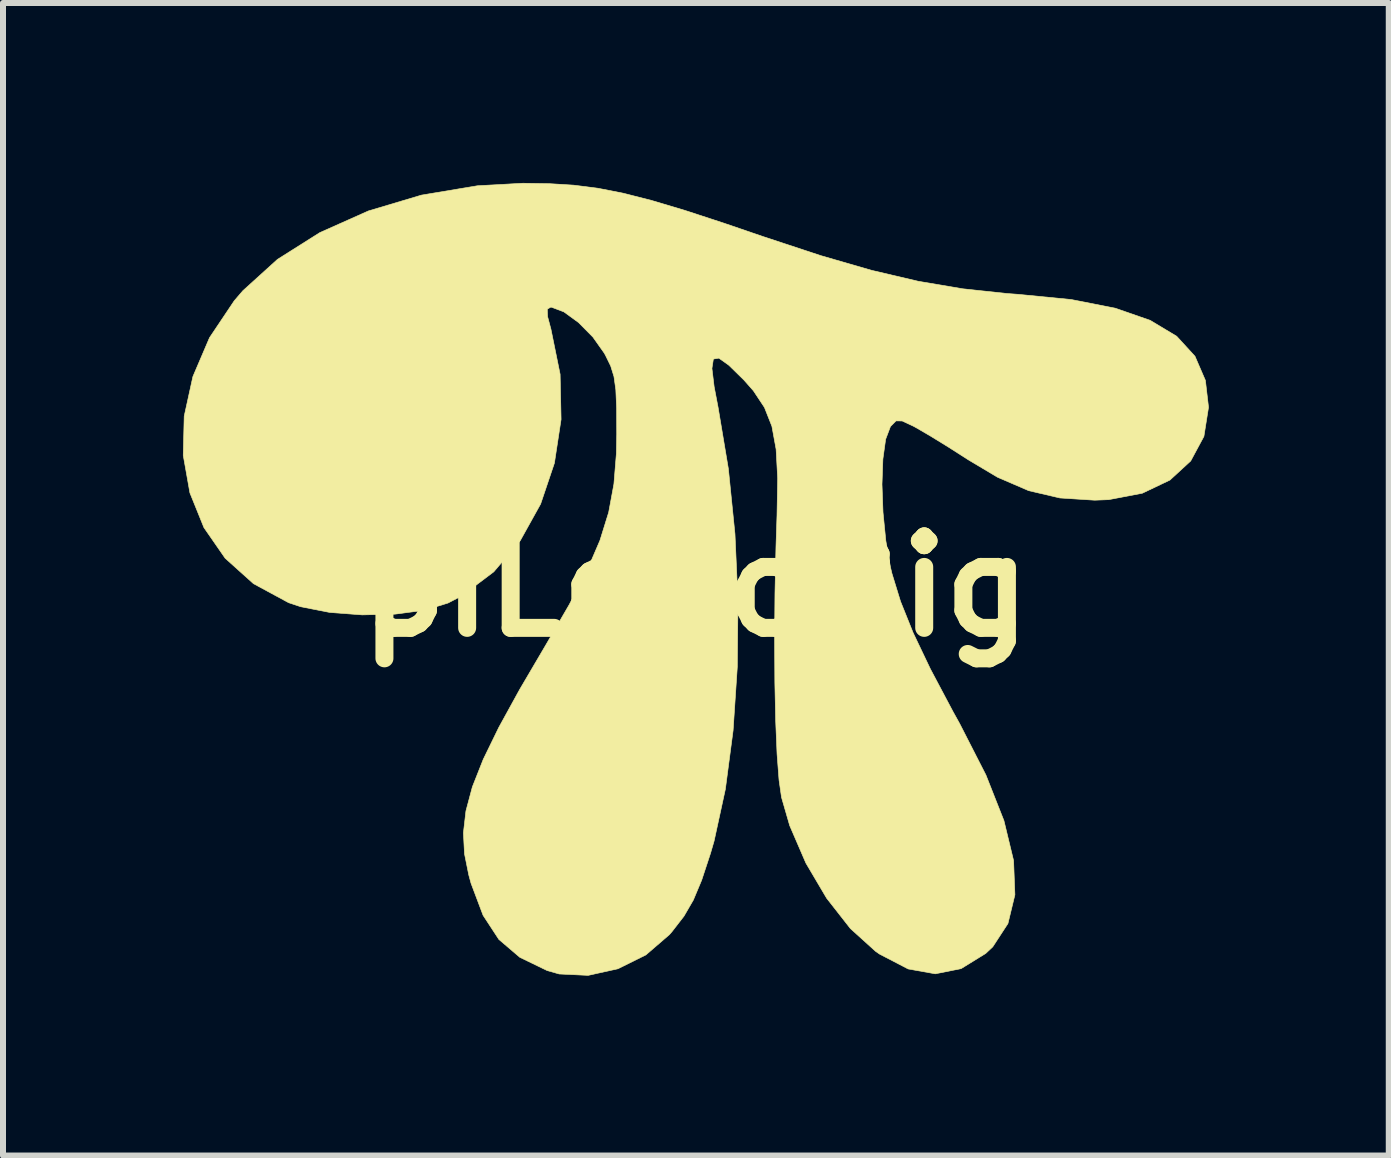
<source format=kicad_pcb>
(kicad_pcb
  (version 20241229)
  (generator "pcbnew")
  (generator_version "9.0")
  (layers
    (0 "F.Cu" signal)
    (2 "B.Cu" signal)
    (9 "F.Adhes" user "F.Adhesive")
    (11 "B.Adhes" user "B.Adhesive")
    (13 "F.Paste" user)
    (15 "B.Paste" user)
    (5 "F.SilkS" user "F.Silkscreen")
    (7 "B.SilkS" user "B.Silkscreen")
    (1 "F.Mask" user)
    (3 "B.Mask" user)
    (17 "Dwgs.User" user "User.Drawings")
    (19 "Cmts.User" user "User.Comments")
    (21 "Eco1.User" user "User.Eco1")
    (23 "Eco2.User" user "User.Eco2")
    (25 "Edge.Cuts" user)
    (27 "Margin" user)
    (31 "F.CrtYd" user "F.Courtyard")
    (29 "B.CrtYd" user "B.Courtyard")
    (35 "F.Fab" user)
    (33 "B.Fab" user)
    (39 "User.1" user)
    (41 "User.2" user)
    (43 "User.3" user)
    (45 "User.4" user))
  (footprint "piLogoBig"
    (layer "F.Cu")
    (at 8.548 6.728)
    (property "Reference" "piLogoBig" (at 0 0 0) (layer "F.SilkS") (effects (font (size 1.524 1.524) (thickness 0.3))))
    (attr through_hole)
    (fp_poly (pts (xy -2.439 -6.716) (xy -2.033 -6.691) (xy -1.632 -6.64) (xy -1.208 -6.557) (xy -0.734 -6.436) (xy -0.181 -6.271) (xy 0.478 -6.055) (xy 1.121 -5.835) (xy 2.084 -5.517) (xy 2.934 -5.271) (xy 3.71 -5.089) (xy 4.448 -4.964) (xy 5.185 -4.885) (xy 5.376 -4.871) (xy 6.263 -4.784) (xy 6.995 -4.64) (xy 7.578 -4.437) (xy 8.019 -4.172) (xy 8.324 -3.839) (xy 8.498 -3.436) (xy 8.55 -2.988) (xy 8.473 -2.502) (xy 8.253 -2.093) (xy 7.906 -1.774) (xy 7.446 -1.555) (xy 6.885 -1.448) (xy 6.652 -1.439) (xy 6.072 -1.476) (xy 5.551 -1.598) (xy 5.032 -1.822) (xy 4.544 -2.113) (xy 4.219 -2.321) (xy 3.915 -2.508) (xy 3.682 -2.644) (xy 3.629 -2.673) (xy 3.443 -2.76) (xy 3.34 -2.761) (xy 3.254 -2.674) (xy 3.245 -2.661) (xy 3.167 -2.455) (xy 3.121 -2.124) (xy 3.106 -1.704) (xy 3.123 -1.238) (xy 3.17 -0.763) (xy 3.248 -0.319) (xy 3.272 -0.217) (xy 3.415 0.248) (xy 3.625 0.771) (xy 3.913 1.375) (xy 4.289 2.084) (xy 4.401 2.286) (xy 4.839 3.143) (xy 5.139 3.903) (xy 5.3 4.569) (xy 5.322 5.14) (xy 5.206 5.619) (xy 4.953 6.007) (xy 4.835 6.118) (xy 4.425 6.371) (xy 3.995 6.457) (xy 3.542 6.376) (xy 3.065 6.128) (xy 2.999 6.082) (xy 2.579 5.702) (xy 2.183 5.196) (xy 1.837 4.61) (xy 1.568 3.987) (xy 1.431 3.514) (xy 1.39 3.227) (xy 1.357 2.795) (xy 1.334 2.244) (xy 1.32 1.598) (xy 1.316 0.88) (xy 1.322 0.117) (xy 1.339 -0.668) (xy 1.356 -1.185) (xy 1.367 -1.804) (xy 1.341 -2.288) (xy 1.271 -2.671) (xy 1.147 -2.985) (xy 0.962 -3.264) (xy 0.804 -3.443) (xy 0.554 -3.688) (xy 0.387 -3.807) (xy 0.295 -3.792) (xy 0.271 -3.636) (xy 0.308 -3.33) (xy 0.373 -2.99) (xy 0.545 -1.963) (xy 0.655 -0.876) (xy 0.705 0.237) (xy 0.694 1.341) (xy 0.624 2.399) (xy 0.495 3.379) (xy 0.307 4.243) (xy 0.247 4.449) (xy 0.1 4.895) (xy -0.039 5.227) (xy -0.195 5.496) (xy -0.394 5.753) (xy -0.438 5.804) (xy -0.83 6.142) (xy -1.296 6.373) (xy -1.792 6.483) (xy -2.275 6.46) (xy -2.476 6.403) (xy -2.932 6.182) (xy -3.281 5.884) (xy -3.544 5.482) (xy -3.745 4.948) (xy -3.783 4.809) (xy -3.854 4.456) (xy -3.872 4.107) (xy -3.83 3.742) (xy -3.723 3.341) (xy -3.542 2.883) (xy -3.282 2.349) (xy -2.935 1.718) (xy -2.498 0.974) (xy -2.109 0.304) (xy -1.812 -0.265) (xy -1.596 -0.768) (xy -1.45 -1.238) (xy -1.363 -1.709) (xy -1.322 -2.216) (xy -1.316 -2.54) (xy -1.318 -2.973) (xy -1.331 -3.279) (xy -1.362 -3.5) (xy -1.417 -3.677) (xy -1.503 -3.853) (xy -1.524 -3.891) (xy -1.713 -4.158) (xy -1.953 -4.401) (xy -2.198 -4.579) (xy -2.402 -4.656) (xy -2.417 -4.657) (xy -2.474 -4.624) (xy -2.469 -4.5) (xy -2.413 -4.29) (xy -2.26 -3.538) (xy -2.244 -2.786) (xy -2.355 -2.058) (xy -2.585 -1.376) (xy -2.925 -0.764) (xy -3.366 -0.245) (xy -3.9 0.157) (xy -4.13 0.276) (xy -4.519 0.396) (xy -5.015 0.461) (xy -5.56 0.473) (xy -6.102 0.432) (xy -6.585 0.337) (xy -6.786 0.27) (xy -7.372 -0.047) (xy -7.844 -0.471) (xy -8.198 -0.982) (xy -8.432 -1.561) (xy -8.543 -2.187) (xy -8.527 -2.84) (xy -8.382 -3.5) (xy -8.105 -4.148) (xy -7.693 -4.763) (xy -7.55 -4.93) (xy -6.972 -5.454) (xy -6.266 -5.9) (xy -5.457 -6.261) (xy -4.572 -6.525) (xy -3.639 -6.681) (xy -2.879 -6.723) (xy -2.439 -6.716)) (stroke (width 0.01) (type solid)) (fill yes) (layer "F.SilkS")))
  (gr_rect
    (start -3 -3)
    (end 20.103 16.215)
    (stroke (width 0.1) (type default))
    (fill no)
    (layer "Edge.Cuts")))
</source>
